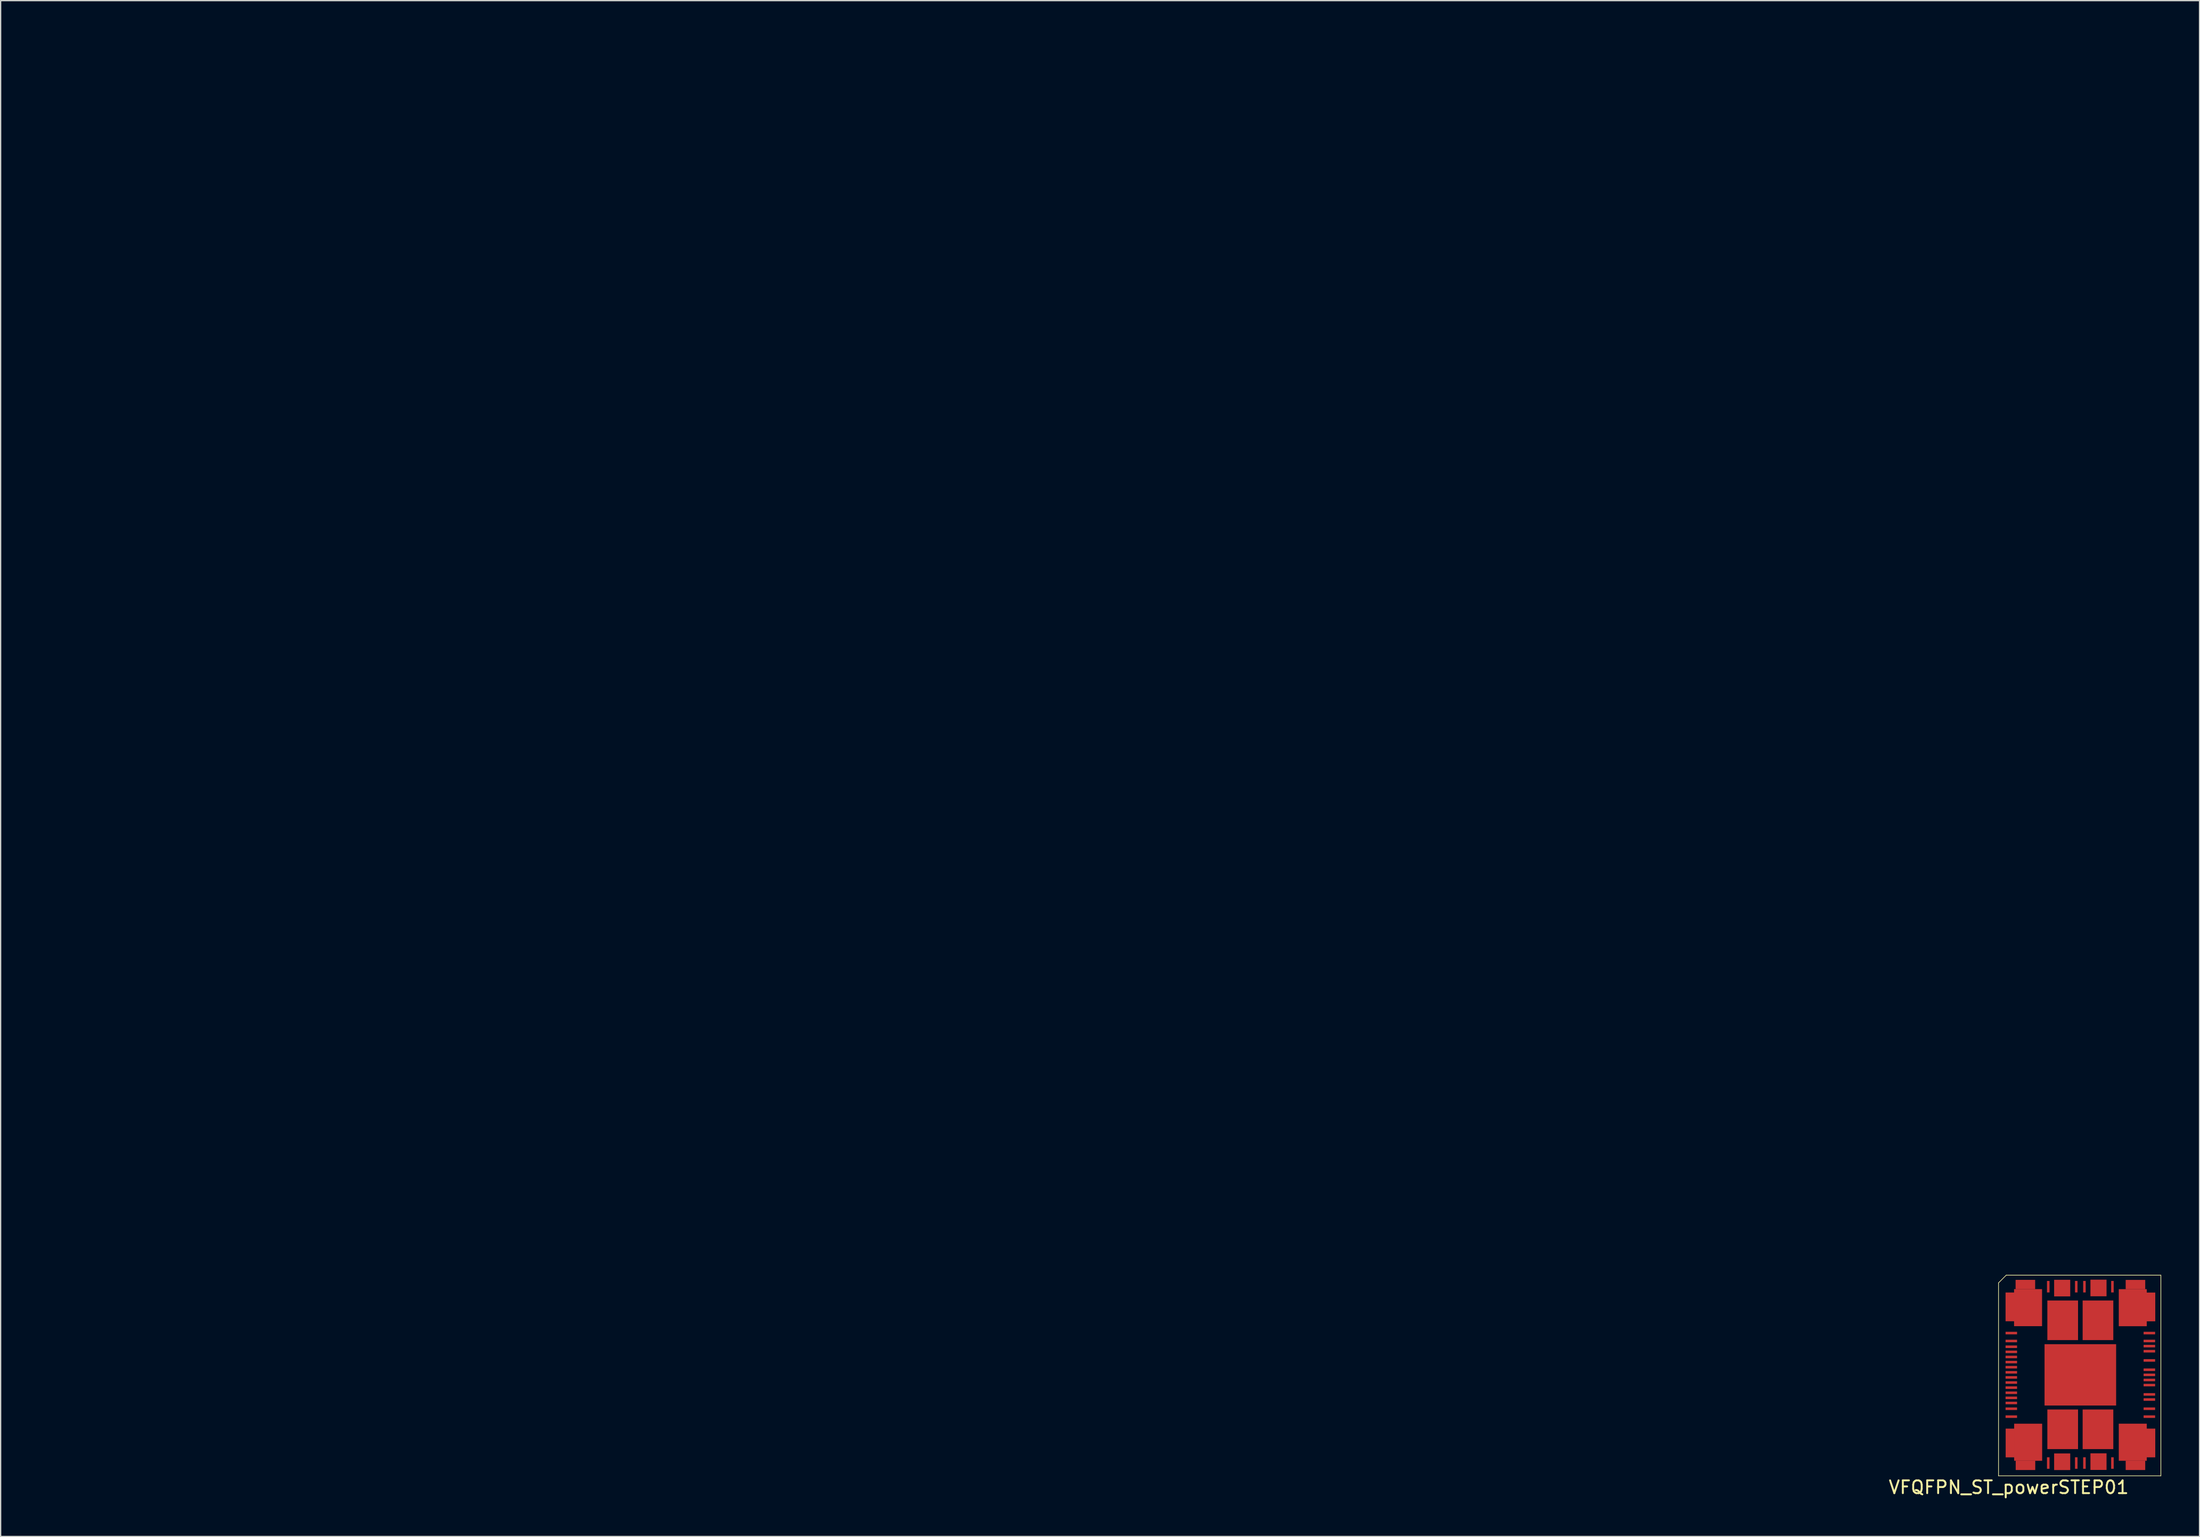
<source format=kicad_pcb>
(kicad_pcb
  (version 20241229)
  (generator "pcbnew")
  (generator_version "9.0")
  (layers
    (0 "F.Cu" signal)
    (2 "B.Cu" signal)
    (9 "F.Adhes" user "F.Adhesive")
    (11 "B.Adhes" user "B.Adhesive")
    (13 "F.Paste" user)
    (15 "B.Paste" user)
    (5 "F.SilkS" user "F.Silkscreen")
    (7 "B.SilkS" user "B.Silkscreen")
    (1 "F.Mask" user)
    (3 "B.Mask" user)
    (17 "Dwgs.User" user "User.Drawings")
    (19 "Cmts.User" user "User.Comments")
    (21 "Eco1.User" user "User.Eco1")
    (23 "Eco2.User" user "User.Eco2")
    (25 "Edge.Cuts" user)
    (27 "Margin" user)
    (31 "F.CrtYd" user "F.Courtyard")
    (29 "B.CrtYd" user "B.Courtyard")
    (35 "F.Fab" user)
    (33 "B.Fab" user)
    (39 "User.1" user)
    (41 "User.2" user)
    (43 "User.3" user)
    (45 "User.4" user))
  (footprint "VFQFPN_ST_powerSTEP01"
    (layer "F.Cu")
    (at 159.699 104.543)
    (property "Reference" "VFQFPN_ST_powerSTEP01" (at -5.6 8.8 0) (layer "F.SilkS") (effects (font (size 1 1) (thickness 0.15))))
    (attr through_hole)
    (fp_line (start -6.4 -7.2) (end -5.8 -7.8) (stroke (width 0.05) (type solid)) (layer "F.SilkS"))
    (fp_line (start -6.4 7.9) (end -6.4 -7.2) (stroke (width 0.05) (type solid)) (layer "F.SilkS"))
    (fp_line (start -5.8 -7.8) (end 6.3 -7.8) (stroke (width 0.05) (type solid)) (layer "F.SilkS"))
    (fp_line (start 6.3 -7.8) (end 6.3 7.9) (stroke (width 0.05) (type solid)) (layer "F.SilkS"))
    (fp_line (start 6.3 7.9) (end -6.4 7.9) (stroke (width 0.05) (type solid)) (layer "F.SilkS"))
    (fp_line (start -159.649 -104.493) (end -159.649 -104.493) (stroke (width 0.1) (type solid)) (layer "Eco1.User"))
    (fp_line (start -159.649 -104.493) (end -159.649 -104.493) (stroke (width 0.1) (type solid)) (layer "Eco1.User"))
    (fp_line (start -159.649 -104.493) (end -159.649 -104.493) (stroke (width 0.1) (type solid)) (layer "Eco1.User"))
    (fp_line (start -159.649 -104.493) (end -159.649 -104.493) (stroke (width 0.1) (type solid)) (layer "Eco1.User"))
    (fp_line (start -159.649 -104.493) (end -159.649 -104.493) (stroke (width 0.1) (type solid)) (layer "Eco1.User"))
    (fp_line (start -159.649 -104.493) (end -159.649 -104.493) (stroke (width 0.1) (type solid)) (layer "Eco1.User"))
    (fp_line (start -159.649 -104.493) (end -159.649 -104.493) (stroke (width 0.1) (type solid)) (layer "Eco1.User"))
    (fp_line (start -159.649 -104.493) (end -159.649 -104.493) (stroke (width 0.1) (type solid)) (layer "Eco1.User"))
    (fp_line (start -159.649 -104.493) (end -159.649 -104.493) (stroke (width 0.1) (type solid)) (layer "Eco1.User"))
    (fp_line (start -159.649 -104.493) (end -159.649 -104.493) (stroke (width 0.1) (type solid)) (layer "Eco1.User"))
    (fp_line (start -159.649 -104.493) (end -159.649 -104.493) (stroke (width 0.1) (type solid)) (layer "Eco1.User"))
    (fp_line (start -159.649 -104.493) (end -159.649 -104.493) (stroke (width 0.1) (type solid)) (layer "Eco1.User"))
    (fp_line (start -159.649 -104.493) (end -159.649 -104.493) (stroke (width 0.1) (type solid)) (layer "Eco1.User"))
    (fp_line (start -159.649 -104.493) (end -159.649 -104.493) (stroke (width 0.1) (type solid)) (layer "Eco1.User"))
    (fp_line (start -159.649 -104.493) (end -159.649 -104.493) (stroke (width 0.1) (type solid)) (layer "Eco1.User"))
    (fp_line (start -159.649 -104.493) (end -159.649 -104.493) (stroke (width 0.1) (type solid)) (layer "Eco1.User"))
    (fp_line (start -159.649 -104.493) (end -159.649 -104.493) (stroke (width 0.1) (type solid)) (layer "Eco1.User"))
    (fp_line (start -159.649 -104.493) (end -159.649 -104.493) (stroke (width 0.1) (type solid)) (layer "Eco1.User"))
    (fp_line (start -159.649 -104.493) (end -159.649 -104.493) (stroke (width 0.1) (type solid)) (layer "Eco1.User"))
    (fp_line (start -159.649 -104.493) (end -159.649 -104.493) (stroke (width 0.1) (type solid)) (layer "Eco1.User"))
    (fp_line (start -159.649 -104.493) (end -159.649 -104.493) (stroke (width 0.1) (type solid)) (layer "Eco1.User"))
    (fp_line (start -159.649 -104.493) (end -159.649 -104.493) (stroke (width 0.1) (type solid)) (layer "Eco1.User"))
    (fp_line (start -159.649 -104.493) (end -159.649 -104.493) (stroke (width 0.1) (type solid)) (layer "Eco1.User"))
    (fp_line (start -159.649 -104.493) (end -159.649 -104.493) (stroke (width 0.1) (type solid)) (layer "Eco1.User"))
    (fp_line (start -159.649 -104.493) (end -159.649 -104.493) (stroke (width 0.1) (type solid)) (layer "Eco1.User"))
    (fp_line (start -159.649 -104.493) (end -159.649 -104.493) (stroke (width 0.1) (type solid)) (layer "Eco1.User"))
    (fp_line (start -159.649 -104.493) (end -159.649 -104.493) (stroke (width 0.1) (type solid)) (layer "Eco1.User"))
    (fp_line (start -159.649 -104.493) (end -159.649 -104.493) (stroke (width 0.1) (type solid)) (layer "Eco1.User"))
    (fp_line (start -159.649 -104.493) (end -159.649 -104.493) (stroke (width 0.1) (type solid)) (layer "Eco1.User"))
    (fp_line (start -159.649 -104.493) (end -159.649 -104.493) (stroke (width 0.1) (type solid)) (layer "Eco1.User"))
    (fp_line (start -159.649 -104.493) (end -159.649 -104.493) (stroke (width 0.1) (type solid)) (layer "Eco1.User"))
    (fp_line (start -159.649 -104.493) (end -159.649 -104.493) (stroke (width 0.1) (type solid)) (layer "Eco1.User"))
    (fp_line (start -159.649 -104.493) (end -159.649 -104.493) (stroke (width 0.1) (type solid)) (layer "Eco1.User"))
    (fp_line (start -159.649 -104.493) (end -159.649 -104.493) (stroke (width 0.1) (type solid)) (layer "Eco1.User"))
    (fp_line (start -159.649 -104.493) (end -159.649 -104.493) (stroke (width 0.1) (type solid)) (layer "Eco1.User"))
    (fp_line (start -159.649 -104.493) (end -159.649 -104.493) (stroke (width 0.1) (type solid)) (layer "Eco1.User"))
    (fp_line (start -159.649 -104.493) (end -159.649 -104.493) (stroke (width 0.1) (type solid)) (layer "Eco1.User"))
    (fp_line (start -159.649 -104.493) (end -159.649 -104.493) (stroke (width 0.1) (type solid)) (layer "Eco1.User"))
    (fp_line (start -159.649 -104.493) (end -159.649 -104.493) (stroke (width 0.1) (type solid)) (layer "Eco1.User"))
    (fp_line (start -159.649 -104.493) (end -159.649 -104.493) (stroke (width 0.1) (type solid)) (layer "Eco1.User"))
    (fp_line (start -159.649 -104.493) (end -159.649 -104.493) (stroke (width 0.1) (type solid)) (layer "Eco1.User"))
    (fp_line (start -159.649 -104.493) (end -159.649 -104.493) (stroke (width 0.1) (type solid)) (layer "Eco1.User"))
    (fp_line (start -159.649 -104.493) (end -159.649 -104.493) (stroke (width 0.1) (type solid)) (layer "Eco1.User"))
    (fp_line (start -159.649 -104.493) (end -159.649 -104.493) (stroke (width 0.1) (type solid)) (layer "Eco1.User"))
    (fp_line (start -159.649 -104.493) (end -159.649 -104.493) (stroke (width 0.1) (type solid)) (layer "Eco1.User"))
    (fp_line (start -159.649 -104.493) (end -159.649 -104.493) (stroke (width 0.1) (type solid)) (layer "Eco1.User"))
    (fp_line (start -159.649 -104.493) (end -159.649 -104.493) (stroke (width 0.1) (type solid)) (layer "Eco1.User"))
    (fp_line (start -159.649 -104.493) (end -159.649 -104.493) (stroke (width 0.1) (type solid)) (layer "Eco1.User"))
    (fp_line (start -159.649 -104.493) (end -159.649 -104.493) (stroke (width 0.1) (type solid)) (layer "Eco1.User"))
    (fp_line (start -159.649 -104.493) (end -159.649 -104.493) (stroke (width 0.1) (type solid)) (layer "Eco1.User"))
    (fp_line (start -159.649 -104.493) (end -159.649 -104.493) (stroke (width 0.1) (type solid)) (layer "Eco1.User"))
    (fp_line (start -159.649 -104.493) (end -159.649 -104.493) (stroke (width 0.1) (type solid)) (layer "Eco1.User"))
    (fp_line (start -159.649 -104.493) (end -159.649 -104.493) (stroke (width 0.1) (type solid)) (layer "Eco1.User"))
    (fp_line (start -159.649 -104.493) (end -159.649 -104.493) (stroke (width 0.1) (type solid)) (layer "Eco1.User"))
    (fp_line (start -159.649 -104.493) (end -159.649 -104.493) (stroke (width 0.1) (type solid)) (layer "Eco1.User"))
    (fp_line (start -159.649 -104.493) (end -159.649 -104.493) (stroke (width 0.1) (type solid)) (layer "Eco1.User"))
    (fp_line (start -159.649 -104.493) (end -159.649 -104.493) (stroke (width 0.1) (type solid)) (layer "Eco1.User"))
    (fp_line (start -159.649 -104.493) (end -159.649 -104.493) (stroke (width 0.1) (type solid)) (layer "Eco1.User"))
    (fp_line (start -159.649 -104.493) (end -159.649 -104.493) (stroke (width 0.1) (type solid)) (layer "Eco1.User"))
    (fp_line (start -159.649 -104.493) (end -159.649 -104.493) (stroke (width 0.1) (type solid)) (layer "Eco1.User"))
    (fp_line (start -159.649 -104.493) (end -159.649 -104.493) (stroke (width 0.1) (type solid)) (layer "Eco1.User"))
    (fp_line (start -159.649 -104.493) (end -159.649 -104.493) (stroke (width 0.1) (type solid)) (layer "Eco1.User"))
    (fp_line (start -159.649 -104.493) (end -159.649 -104.493) (stroke (width 0.1) (type solid)) (layer "Eco1.User"))
    (fp_line (start -159.649 -104.493) (end -159.649 -104.493) (stroke (width 0.1) (type solid)) (layer "Eco1.User"))
    (fp_line (start -159.649 -104.493) (end -159.649 -104.493) (stroke (width 0.1) (type solid)) (layer "Eco1.User"))
    (fp_line (start -159.649 -104.493) (end -159.649 -104.493) (stroke (width 0.1) (type solid)) (layer "Eco1.User"))
    (fp_line (start -159.649 -104.493) (end -159.649 -104.493) (stroke (width 0.1) (type solid)) (layer "Eco1.User"))
    (fp_line (start -159.649 -104.493) (end -159.649 -104.493) (stroke (width 0.1) (type solid)) (layer "Eco1.User"))
    (fp_line (start -159.649 -104.493) (end -159.649 -104.493) (stroke (width 0.1) (type solid)) (layer "Eco1.User"))
    (fp_line (start -159.649 -104.493) (end -159.649 -104.493) (stroke (width 0.1) (type solid)) (layer "Eco1.User"))
    (fp_line (start -159.649 -104.493) (end -159.649 -104.493) (stroke (width 0.1) (type solid)) (layer "Eco1.User"))
    (fp_line (start -159.649 -104.493) (end -159.649 -104.493) (stroke (width 0.1) (type solid)) (layer "Eco1.User"))
    (fp_line (start -159.649 -104.493) (end -159.649 -104.493) (stroke (width 0.1) (type solid)) (layer "Eco1.User"))
    (fp_line (start -159.649 -104.493) (end -159.649 -104.493) (stroke (width 0.1) (type solid)) (layer "Eco1.User"))
    (fp_line (start -159.649 -104.493) (end -159.649 -104.493) (stroke (width 0.1) (type solid)) (layer "Eco1.User"))
    (fp_line (start -159.649 -104.493) (end -159.649 -104.493) (stroke (width 0.1) (type solid)) (layer "Eco1.User"))
    (fp_line (start -159.649 -104.493) (end -159.649 -104.493) (stroke (width 0.1) (type solid)) (layer "Eco1.User"))
    (fp_line (start -159.649 -104.493) (end -159.649 -104.493) (stroke (width 0.1) (type solid)) (layer "Eco1.User"))
    (fp_line (start -159.649 -104.493) (end -159.649 -104.493) (stroke (width 0.1) (type solid)) (layer "Eco1.User"))
    (fp_line (start -159.649 -104.493) (end -159.649 -104.493) (stroke (width 0.1) (type solid)) (layer "Eco1.User"))
    (fp_line (start -159.649 -104.493) (end -159.649 -104.493) (stroke (width 0.1) (type solid)) (layer "Eco1.User"))
    (fp_line (start -159.649 -104.493) (end -159.649 -104.493) (stroke (width 0.1) (type solid)) (layer "Eco1.User"))
    (fp_line (start -159.649 -104.493) (end -159.649 -104.493) (stroke (width 0.1) (type solid)) (layer "Eco1.User"))
    (fp_line (start -159.649 -104.493) (end -159.649 -104.493) (stroke (width 0.1) (type solid)) (layer "Eco1.User"))
    (fp_line (start -159.649 -104.493) (end -159.649 -104.493) (stroke (width 0.1) (type solid)) (layer "Eco1.User"))
    (fp_line (start -159.649 -104.493) (end -159.649 -104.493) (stroke (width 0.1) (type solid)) (layer "Eco1.User"))
    (fp_line (start -159.649 -104.493) (end -159.649 -104.493) (stroke (width 0.1) (type solid)) (layer "Eco1.User"))
    (fp_line (start -159.649 -104.493) (end -159.649 -104.493) (stroke (width 0.1) (type solid)) (layer "Eco1.User"))
    (fp_line (start -159.649 -104.493) (end -159.649 -104.493) (stroke (width 0.1) (type solid)) (layer "Eco1.User"))
    (fp_line (start -159.649 -104.493) (end -159.649 -104.493) (stroke (width 0.1) (type solid)) (layer "Eco1.User"))
    (fp_line (start -159.649 -104.493) (end -159.649 -104.493) (stroke (width 0.1) (type solid)) (layer "Eco1.User"))
    (fp_line (start -159.649 -104.493) (end -159.649 -104.493) (stroke (width 0.1) (type solid)) (layer "Eco1.User"))
    (fp_line (start -159.649 -104.493) (end -159.649 -104.493) (stroke (width 0.1) (type solid)) (layer "Eco1.User"))
    (fp_line (start -159.649 -104.493) (end -159.649 -104.493) (stroke (width 0.1) (type solid)) (layer "Eco1.User"))
    (fp_line (start -159.649 -104.493) (end -159.649 -104.493) (stroke (width 0.1) (type solid)) (layer "Eco1.User"))
    (fp_line (start -159.649 -104.493) (end -159.649 -104.493) (stroke (width 0.1) (type solid)) (layer "Eco1.User"))
    (fp_line (start -159.649 -104.493) (end -159.649 -104.493) (stroke (width 0.1) (type solid)) (layer "Eco1.User"))
    (fp_line (start -159.649 -104.493) (end -159.649 -104.493) (stroke (width 0.1) (type solid)) (layer "Eco1.User"))
    (fp_line (start -159.649 -104.493) (end -159.649 -104.493) (stroke (width 0.1) (type solid)) (layer "Eco1.User"))
    (fp_line (start -159.649 -104.493) (end -159.649 -104.493) (stroke (width 0.1) (type solid)) (layer "Eco1.User"))
    (fp_line (start -5.847 -6.447) (end -5.187 -6.447) (stroke (width 0.1) (type solid)) (layer "Eco1.User"))
    (fp_line (start -5.847 -4.197) (end -5.847 -6.447) (stroke (width 0.1) (type solid)) (layer "Eco1.User"))
    (fp_line (start -5.847 4.203) (end -5.847 6.453) (stroke (width 0.1) (type solid)) (layer "Eco1.User"))
    (fp_line (start -5.847 6.453) (end -5.187 6.453) (stroke (width 0.1) (type solid)) (layer "Eco1.User"))
    (fp_line (start -5.187 -6.717) (end -5.067 -6.717) (stroke (width 0.1) (type solid)) (layer "Eco1.User"))
    (fp_line (start -5.187 -6.447) (end -5.187 -6.717) (stroke (width 0.1) (type solid)) (layer "Eco1.User"))
    (fp_line (start -5.187 6.453) (end -5.187 6.723) (stroke (width 0.1) (type solid)) (layer "Eco1.User"))
    (fp_line (start -5.187 6.723) (end -5.067 6.723) (stroke (width 0.1) (type solid)) (layer "Eco1.User"))
    (fp_line (start -5.177 -4.197) (end -5.847 -4.197) (stroke (width 0.1) (type solid)) (layer "Eco1.User"))
    (fp_line (start -5.177 -3.807) (end -5.177 -4.197) (stroke (width 0.1) (type solid)) (layer "Eco1.User"))
    (fp_line (start -5.177 -3.807) (end -2.987 -3.807) (stroke (width 0.1) (type solid)) (layer "Eco1.User"))
    (fp_line (start -5.177 3.813) (end -5.177 4.203) (stroke (width 0.1) (type solid)) (layer "Eco1.User"))
    (fp_line (start -5.177 3.813) (end -2.987 3.813) (stroke (width 0.1) (type solid)) (layer "Eco1.User"))
    (fp_line (start -5.177 4.203) (end -5.847 4.203) (stroke (width 0.1) (type solid)) (layer "Eco1.User"))
    (fp_line (start -5.067 -7.437) (end -5.067 -6.717) (stroke (width 0.1) (type solid)) (layer "Eco1.User"))
    (fp_line (start -5.067 7.443) (end -5.067 6.723) (stroke (width 0.1) (type solid)) (layer "Eco1.User"))
    (fp_line (start -3.537 -7.437) (end -5.067 -7.437) (stroke (width 0.1) (type solid)) (layer "Eco1.User"))
    (fp_line (start -3.537 -6.707) (end -3.537 -7.437) (stroke (width 0.1) (type solid)) (layer "Eco1.User"))
    (fp_line (start -3.537 6.713) (end -3.537 7.443) (stroke (width 0.1) (type solid)) (layer "Eco1.User"))
    (fp_line (start -3.537 7.443) (end -5.067 7.443) (stroke (width 0.1) (type solid)) (layer "Eco1.User"))
    (fp_line (start -2.987 -6.707) (end -3.537 -6.707) (stroke (width 0.1) (type solid)) (layer "Eco1.User"))
    (fp_line (start -2.987 -3.807) (end -2.987 -6.707) (stroke (width 0.1) (type solid)) (layer "Eco1.User"))
    (fp_line (start -2.987 3.813) (end -2.987 6.713) (stroke (width 0.1) (type solid)) (layer "Eco1.User"))
    (fp_line (start -2.987 6.713) (end -3.537 6.713) (stroke (width 0.1) (type solid)) (layer "Eco1.User"))
    (fp_line (start -2.797 -2.397) (end 2.803 -2.397) (stroke (width 0.1) (type solid)) (layer "Eco1.User"))
    (fp_line (start -2.797 2.403) (end -2.797 -2.397) (stroke (width 0.1) (type solid)) (layer "Eco1.User"))
    (fp_line (start -2.797 2.403) (end 2.803 2.403) (stroke (width 0.1) (type solid)) (layer "Eco1.User"))
    (fp_line (start -2.577 -2.717) (end -2.577 -5.817) (stroke (width 0.1) (type solid)) (layer "Eco1.User"))
    (fp_line (start -2.577 2.713) (end -2.577 5.813) (stroke (width 0.1) (type solid)) (layer "Eco1.User"))
    (fp_line (start -2.577 2.713) (end -0.177 2.713) (stroke (width 0.1) (type solid)) (layer "Eco1.User"))
    (fp_line (start -2.577 5.813) (end -0.177 5.813) (stroke (width 0.1) (type solid)) (layer "Eco1.User"))
    (fp_line (start -2.047 -7.437) (end -2.047 -6.137) (stroke (width 0.1) (type solid)) (layer "Eco1.User"))
    (fp_line (start -2.047 -7.437) (end -2.047 -6.137) (stroke (width 0.1) (type solid)) (layer "Eco1.User"))
    (fp_line (start -2.047 -7.437) (end -0.787 -7.437) (stroke (width 0.1) (type solid)) (layer "Eco1.User"))
    (fp_line (start -2.047 -7.437) (end -0.787 -7.437) (stroke (width 0.1) (type solid)) (layer "Eco1.User"))
    (fp_line (start -2.047 -6.137) (end -0.787 -6.137) (stroke (width 0.1) (type solid)) (layer "Eco1.User"))
    (fp_line (start -2.047 -6.137) (end -0.787 -6.137) (stroke (width 0.1) (type solid)) (layer "Eco1.User"))
    (fp_line (start -2.047 6.143) (end -0.787 6.143) (stroke (width 0.1) (type solid)) (layer "Eco1.User"))
    (fp_line (start -2.047 6.143) (end -0.787 6.143) (stroke (width 0.1) (type solid)) (layer "Eco1.User"))
    (fp_line (start -2.047 7.443) (end -2.047 6.143) (stroke (width 0.1) (type solid)) (layer "Eco1.User"))
    (fp_line (start -2.047 7.443) (end -2.047 6.143) (stroke (width 0.1) (type solid)) (layer "Eco1.User"))
    (fp_line (start -2.047 7.443) (end -0.787 7.443) (stroke (width 0.1) (type solid)) (layer "Eco1.User"))
    (fp_line (start -2.047 7.443) (end -0.787 7.443) (stroke (width 0.1) (type solid)) (layer "Eco1.User"))
    (fp_line (start -0.787 -7.437) (end -0.787 -6.137) (stroke (width 0.1) (type solid)) (layer "Eco1.User"))
    (fp_line (start -0.787 -7.437) (end -0.787 -6.137) (stroke (width 0.1) (type solid)) (layer "Eco1.User"))
    (fp_line (start -0.787 7.443) (end -0.787 6.143) (stroke (width 0.1) (type solid)) (layer "Eco1.User"))
    (fp_line (start -0.787 7.443) (end -0.787 6.143) (stroke (width 0.1) (type solid)) (layer "Eco1.User"))
    (fp_line (start -0.177 -5.817) (end -2.577 -5.817) (stroke (width 0.1) (type solid)) (layer "Eco1.User"))
    (fp_line (start -0.177 -2.717) (end -2.577 -2.717) (stroke (width 0.1) (type solid)) (layer "Eco1.User"))
    (fp_line (start -0.177 -2.717) (end -0.177 -5.817) (stroke (width 0.1) (type solid)) (layer "Eco1.User"))
    (fp_line (start -0.177 2.713) (end -0.177 5.813) (stroke (width 0.1) (type solid)) (layer "Eco1.User"))
    (fp_line (start 0.183 -5.817) (end 2.583 -5.817) (stroke (width 0.1) (type solid)) (layer "Eco1.User"))
    (fp_line (start 0.183 -2.717) (end 0.183 -5.817) (stroke (width 0.1) (type solid)) (layer "Eco1.User"))
    (fp_line (start 0.183 -2.717) (end 2.583 -2.717) (stroke (width 0.1) (type solid)) (layer "Eco1.User"))
    (fp_line (start 0.183 2.713) (end 0.183 5.813) (stroke (width 0.1) (type solid)) (layer "Eco1.User"))
    (fp_line (start 0.793 -7.437) (end 0.793 -6.137) (stroke (width 0.1) (type solid)) (layer "Eco1.User"))
    (fp_line (start 0.793 -7.437) (end 0.793 -6.137) (stroke (width 0.1) (type solid)) (layer "Eco1.User"))
    (fp_line (start 0.793 7.443) (end 0.793 6.143) (stroke (width 0.1) (type solid)) (layer "Eco1.User"))
    (fp_line (start 0.793 7.443) (end 0.793 6.143) (stroke (width 0.1) (type solid)) (layer "Eco1.User"))
    (fp_line (start 2.053 -7.437) (end 0.793 -7.437) (stroke (width 0.1) (type solid)) (layer "Eco1.User"))
    (fp_line (start 2.053 -7.437) (end 0.793 -7.437) (stroke (width 0.1) (type solid)) (layer "Eco1.User"))
    (fp_line (start 2.053 -7.437) (end 2.053 -6.137) (stroke (width 0.1) (type solid)) (layer "Eco1.User"))
    (fp_line (start 2.053 -7.437) (end 2.053 -6.137) (stroke (width 0.1) (type solid)) (layer "Eco1.User"))
    (fp_line (start 2.053 -6.137) (end 0.793 -6.137) (stroke (width 0.1) (type solid)) (layer "Eco1.User"))
    (fp_line (start 2.053 -6.137) (end 0.793 -6.137) (stroke (width 0.1) (type solid)) (layer "Eco1.User"))
    (fp_line (start 2.053 6.143) (end 0.793 6.143) (stroke (width 0.1) (type solid)) (layer "Eco1.User"))
    (fp_line (start 2.053 6.143) (end 0.793 6.143) (stroke (width 0.1) (type solid)) (layer "Eco1.User"))
    (fp_line (start 2.053 7.443) (end 0.793 7.443) (stroke (width 0.1) (type solid)) (layer "Eco1.User"))
    (fp_line (start 2.053 7.443) (end 0.793 7.443) (stroke (width 0.1) (type solid)) (layer "Eco1.User"))
    (fp_line (start 2.053 7.443) (end 2.053 6.143) (stroke (width 0.1) (type solid)) (layer "Eco1.User"))
    (fp_line (start 2.053 7.443) (end 2.053 6.143) (stroke (width 0.1) (type solid)) (layer "Eco1.User"))
    (fp_line (start 2.583 -2.717) (end 2.583 -5.817) (stroke (width 0.1) (type solid)) (layer "Eco1.User"))
    (fp_line (start 2.583 2.713) (end 0.183 2.713) (stroke (width 0.1) (type solid)) (layer "Eco1.User"))
    (fp_line (start 2.583 2.713) (end 2.583 5.813) (stroke (width 0.1) (type solid)) (layer "Eco1.User"))
    (fp_line (start 2.583 5.813) (end 0.183 5.813) (stroke (width 0.1) (type solid)) (layer "Eco1.User"))
    (fp_line (start 2.803 2.403) (end 2.803 -2.397) (stroke (width 0.1) (type solid)) (layer "Eco1.User"))
    (fp_line (start 2.993 -6.707) (end 3.543 -6.707) (stroke (width 0.1) (type solid)) (layer "Eco1.User"))
    (fp_line (start 2.993 -3.807) (end 2.993 -6.707) (stroke (width 0.1) (type solid)) (layer "Eco1.User"))
    (fp_line (start 2.993 3.813) (end 2.993 6.713) (stroke (width 0.1) (type solid)) (layer "Eco1.User"))
    (fp_line (start 2.993 6.713) (end 3.543 6.713) (stroke (width 0.1) (type solid)) (layer "Eco1.User"))
    (fp_line (start 3.543 -7.437) (end 5.073 -7.437) (stroke (width 0.1) (type solid)) (layer "Eco1.User"))
    (fp_line (start 3.543 -6.707) (end 3.543 -7.437) (stroke (width 0.1) (type solid)) (layer "Eco1.User"))
    (fp_line (start 3.543 6.713) (end 3.543 7.443) (stroke (width 0.1) (type solid)) (layer "Eco1.User"))
    (fp_line (start 3.543 7.443) (end 5.073 7.443) (stroke (width 0.1) (type solid)) (layer "Eco1.User"))
    (fp_line (start 5.073 -7.437) (end 5.073 -6.717) (stroke (width 0.1) (type solid)) (layer "Eco1.User"))
    (fp_line (start 5.073 7.443) (end 5.073 6.723) (stroke (width 0.1) (type solid)) (layer "Eco1.User"))
    (fp_line (start 5.183 -4.197) (end 5.853 -4.197) (stroke (width 0.1) (type solid)) (layer "Eco1.User"))
    (fp_line (start 5.183 -3.807) (end 2.993 -3.807) (stroke (width 0.1) (type solid)) (layer "Eco1.User"))
    (fp_line (start 5.183 -3.807) (end 5.183 -4.197) (stroke (width 0.1) (type solid)) (layer "Eco1.User"))
    (fp_line (start 5.183 3.813) (end 2.993 3.813) (stroke (width 0.1) (type solid)) (layer "Eco1.User"))
    (fp_line (start 5.183 3.813) (end 5.183 4.203) (stroke (width 0.1) (type solid)) (layer "Eco1.User"))
    (fp_line (start 5.183 4.203) (end 5.853 4.203) (stroke (width 0.1) (type solid)) (layer "Eco1.User"))
    (fp_line (start 5.193 -6.717) (end 5.073 -6.717) (stroke (width 0.1) (type solid)) (layer "Eco1.User"))
    (fp_line (start 5.193 -6.447) (end 5.193 -6.717) (stroke (width 0.1) (type solid)) (layer "Eco1.User"))
    (fp_line (start 5.193 6.453) (end 5.193 6.723) (stroke (width 0.1) (type solid)) (layer "Eco1.User"))
    (fp_line (start 5.193 6.723) (end 5.073 6.723) (stroke (width 0.1) (type solid)) (layer "Eco1.User"))
    (fp_line (start 5.853 -6.447) (end 5.193 -6.447) (stroke (width 0.1) (type solid)) (layer "Eco1.User"))
    (fp_line (start 5.853 -4.197) (end 5.853 -6.447) (stroke (width 0.1) (type solid)) (layer "Eco1.User"))
    (fp_line (start 5.853 4.203) (end 5.853 6.453) (stroke (width 0.1) (type solid)) (layer "Eco1.User"))
    (fp_line (start 5.853 6.453) (end 5.193 6.453) (stroke (width 0.1) (type solid)) (layer "Eco1.User"))
    (pad "1" smd rect (at -5.5 -5.32) (size 0.7 2.25) (layers "F.Cu" "F.Mask" "F.Paste"))
    (pad "1" smd rect (at -4.3 -7.07) (size 1.53 0.73) (layers "F.Cu" "F.Mask" "F.Paste"))
    (pad "1" smd rect (at -4.09 -5.26) (size 2.19 2.9) (layers "F.Cu" "F.Mask" "F.Paste"))
    (pad "1" smd rect (at 0 0) (size 5.6 4.8) (layers "F.Cu" "F.Mask" "F.Paste"))
    (pad "2" smd rect (at -1.38 -4.27) (size 2.4 3.1) (layers "F.Cu" "F.Mask" "F.Paste"))
    (pad "2" smd rect (at -1.38 4.26) (size 2.4 3.1) (layers "F.Cu" "F.Mask" "F.Paste"))
    (pad "2" smd rect (at 1.38 -4.27) (size 2.4 3.1) (layers "F.Cu" "F.Mask" "F.Paste"))
    (pad "2" smd rect (at 1.38 4.26) (size 2.4 3.1) (layers "F.Cu" "F.Mask" "F.Paste"))
    (pad "7" smd rect (at -5.4 -3.27 90) (size 0.2 0.9) (layers "F.Cu" "F.Mask" "F.Paste"))
    (pad "8" smd rect (at -5.4 -2.65 90) (size 0.2 0.9) (layers "F.Cu" "F.Mask" "F.Paste"))
    (pad "9" smd rect (at -5.4 -2.2 90) (size 0.2 0.9) (layers "F.Cu" "F.Mask" "F.Paste"))
    (pad "10" smd rect (at -5.4 -1.8 90) (size 0.2 0.9) (layers "F.Cu" "F.Mask" "F.Paste"))
    (pad "11" smd rect (at -5.4 -1.4 90) (size 0.2 0.9) (layers "F.Cu" "F.Mask" "F.Paste"))
    (pad "12" smd rect (at -5.4 -1 90) (size 0.2 0.9) (layers "F.Cu" "F.Mask" "F.Paste"))
    (pad "13" smd rect (at -5.4 -0.6 90) (size 0.2 0.9) (layers "F.Cu" "F.Mask" "F.Paste"))
    (pad "14" smd rect (at -5.4 -0.2 90) (size 0.2 0.9) (layers "F.Cu" "F.Mask" "F.Paste"))
    (pad "15" smd rect (at -5.4 0.2 90) (size 0.2 0.9) (layers "F.Cu" "F.Mask" "F.Paste"))
    (pad "16" smd rect (at -5.4 0.6 90) (size 0.2 0.9) (layers "F.Cu" "F.Mask" "F.Paste"))
    (pad "17" smd rect (at -5.4 1 90) (size 0.2 0.9) (layers "F.Cu" "F.Mask" "F.Paste"))
    (pad "18" smd rect (at -5.4 1.4 90) (size 0.2 0.9) (layers "F.Cu" "F.Mask" "F.Paste"))
    (pad "19" smd rect (at -5.4 1.8 90) (size 0.2 0.9) (layers "F.Cu" "F.Mask" "F.Paste"))
    (pad "20" smd rect (at -5.4 2.2 90) (size 0.2 0.9) (layers "F.Cu" "F.Mask" "F.Paste"))
    (pad "21" smd rect (at -5.4 2.65 90) (size 0.2 0.9) (layers "F.Cu" "F.Mask" "F.Paste"))
    (pad "22" smd rect (at -5.4 3.27 90) (size 0.2 0.9) (layers "F.Cu" "F.Mask" "F.Paste"))
    (pad "23" smd rect (at -5.492 5.332 180) (size 0.7 2.25) (layers "F.Cu" "F.Mask" "F.Paste"))
    (pad "23" smd rect (at -4.292 7.082 180) (size 1.53 0.73) (layers "F.Cu" "F.Mask" "F.Paste"))
    (pad "23" smd rect (at -4.082 5.272 180) (size 2.19 2.9) (layers "F.Cu" "F.Mask" "F.Paste"))
    (pad "33" smd rect (at -2.51 6.9) (size 0.2 0.9) (layers "F.Cu" "F.Mask" "F.Paste"))
    (pad "34" smd rect (at -1.42 6.8) (size 1.26 1.3) (layers "F.Cu" "F.Mask" "F.Paste"))
    (pad "37" smd rect (at -0.32 6.9) (size 0.2 0.9) (layers "F.Cu" "F.Mask" "F.Paste"))
    (pad "38" smd rect (at 0.32 6.9) (size 0.2 0.9) (layers "F.Cu" "F.Mask" "F.Paste"))
    (pad "39" smd rect (at 1.42 6.79) (size 1.26 1.3) (layers "F.Cu" "F.Mask" "F.Paste"))
    (pad "42" smd rect (at 2.51 6.9) (size 0.2 0.9) (layers "F.Cu" "F.Mask" "F.Paste"))
    (pad "43" smd rect (at 4.102 5.271 180) (size 2.19 2.9) (layers "F.Cu" "F.Mask" "F.Paste"))
    (pad "43" smd rect (at 4.312 7.081 180) (size 1.53 0.73) (layers "F.Cu" "F.Mask" "F.Paste"))
    (pad "43" smd rect (at 5.512 5.331 180) (size 0.7 2.25) (layers "F.Cu" "F.Mask" "F.Paste"))
    (pad "53" smd rect (at 5.4 3.27 90) (size 0.2 0.9) (layers "F.Cu" "F.Mask" "F.Paste"))
    (pad "54" smd rect (at 5.4 2.65 90) (size 0.2 0.9) (layers "F.Cu" "F.Mask" "F.Paste"))
    (pad "55" smd rect (at 5.4 1.93 90) (size 0.2 0.9) (layers "F.Cu" "F.Mask" "F.Paste"))
    (pad "56" smd rect (at 5.4 1.53 90) (size 0.2 0.9) (layers "F.Cu" "F.Mask" "F.Paste"))
    (pad "57" smd rect (at 5.4 0.8 90) (size 0.2 0.9) (layers "F.Cu" "F.Mask" "F.Paste"))
    (pad "58" smd rect (at 5.4 0.4 90) (size 0.2 0.9) (layers "F.Cu" "F.Mask" "F.Paste"))
    (pad "59" smd rect (at 5.4 0 90) (size 0.2 0.9) (layers "F.Cu" "F.Mask" "F.Paste"))
    (pad "60" smd rect (at 5.4 -0.4 90) (size 0.2 0.9) (layers "F.Cu" "F.Mask" "F.Paste"))
    (pad "61" smd rect (at 5.4 -1.13 90) (size 0.2 0.9) (layers "F.Cu" "F.Mask" "F.Paste"))
    (pad "62" smd rect (at 5.4 -1.85 90) (size 0.2 0.9) (layers "F.Cu" "F.Mask" "F.Paste"))
    (pad "63" smd rect (at 5.4 -2.25 90) (size 0.2 0.9) (layers "F.Cu" "F.Mask" "F.Paste"))
    (pad "64" smd rect (at 5.4 -2.65 90) (size 0.2 0.9) (layers "F.Cu" "F.Mask" "F.Paste"))
    (pad "65" smd rect (at 5.4 -3.27 90) (size 0.2 0.9) (layers "F.Cu" "F.Mask" "F.Paste"))
    (pad "66" smd rect (at 4.102 -5.256) (size 2.19 2.9) (layers "F.Cu" "F.Mask" "F.Paste"))
    (pad "66" smd rect (at 4.312 -7.066) (size 1.53 0.73) (layers "F.Cu" "F.Mask" "F.Paste"))
    (pad "66" smd rect (at 5.512 -5.316) (size 0.7 2.25) (layers "F.Cu" "F.Mask" "F.Paste"))
    (pad "76" smd rect (at 2.51 -6.9) (size 0.2 0.9) (layers "F.Cu" "F.Mask" "F.Paste"))
    (pad "77" smd rect (at 1.42 -6.8) (size 1.26 1.3) (layers "F.Cu" "F.Mask" "F.Paste"))
    (pad "80" smd rect (at 0.32 -6.9) (size 0.2 0.9) (layers "F.Cu" "F.Mask" "F.Paste"))
    (pad "81" smd rect (at -0.32 -6.9) (size 0.2 0.9) (layers "F.Cu" "F.Mask" "F.Paste"))
    (pad "82" smd rect (at -1.42 -6.79) (size 1.26 1.3) (layers "F.Cu" "F.Mask" "F.Paste"))
    (pad "85" smd rect (at -2.51 -6.9) (size 0.2 0.9) (layers "F.Cu" "F.Mask" "F.Paste")))
  (gr_rect
    (start -3 -3)
    (end 169.024 117.191)
    (stroke (width 0.1) (type default))
    (fill no)
    (layer "Edge.Cuts")))
</source>
